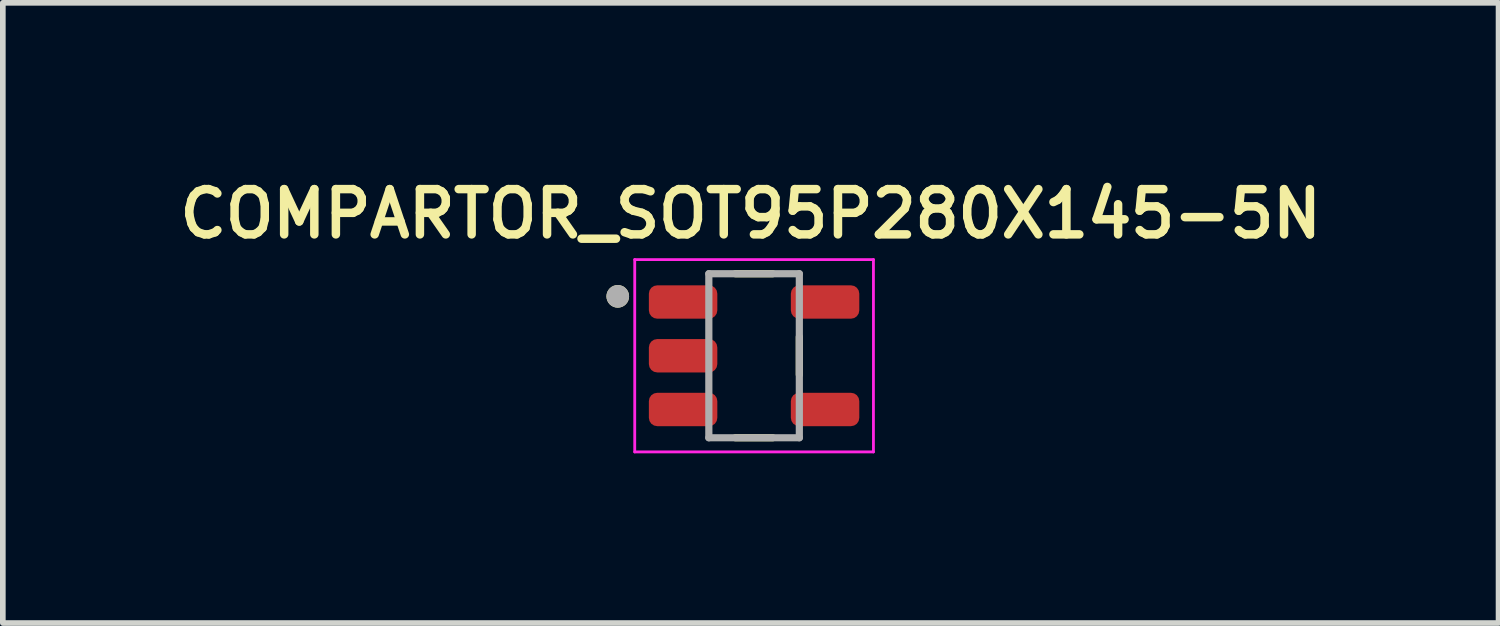
<source format=kicad_pcb>
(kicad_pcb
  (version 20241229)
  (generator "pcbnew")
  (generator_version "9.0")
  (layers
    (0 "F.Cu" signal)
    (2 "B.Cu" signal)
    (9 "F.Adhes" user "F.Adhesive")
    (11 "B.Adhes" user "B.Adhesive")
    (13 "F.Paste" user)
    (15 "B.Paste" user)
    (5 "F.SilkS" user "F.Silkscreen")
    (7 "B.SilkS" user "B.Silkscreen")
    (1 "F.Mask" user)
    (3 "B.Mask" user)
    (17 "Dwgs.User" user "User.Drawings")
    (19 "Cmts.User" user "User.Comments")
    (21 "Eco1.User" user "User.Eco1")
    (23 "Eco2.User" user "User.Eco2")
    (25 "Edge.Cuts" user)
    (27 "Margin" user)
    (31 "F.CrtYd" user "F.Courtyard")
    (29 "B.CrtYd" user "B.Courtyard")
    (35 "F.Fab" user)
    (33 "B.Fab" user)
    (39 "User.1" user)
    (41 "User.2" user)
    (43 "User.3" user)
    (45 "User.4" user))
  (footprint "COMPARTOR_SOT95P280X145-5N"
    (layer "F.Cu")
    (at 10.281 3.239)
    (property "Reference" "COMPARTOR_SOT95P280X145-5N" (at -0.06 -2.508 0) (layer "F.SilkS") (effects (font (size 0.8 0.8) (thickness 0.15))))
    (attr smd)
    (fp_line (start -0.33 -1.45) (end 0.33 -1.45) (stroke (width 0.127) (type solid)) (layer "F.SilkS"))
    (fp_line (start 0.33 1.45) (end -0.33 1.45) (stroke (width 0.127) (type solid)) (layer "F.SilkS"))
    (fp_line (start 0.8 -0.335) (end 0.8 0.335) (stroke (width 0.127) (type solid)) (layer "F.SilkS"))
    (fp_circle (center -2.41 -1.05) (end -2.31 -1.05) (stroke (width 0.2) (type solid)) (fill no) (layer "F.SilkS"))
    (fp_line (start -2.11 -1.7) (end 2.11 -1.7) (stroke (width 0.05) (type solid)) (layer "F.CrtYd"))
    (fp_line (start -2.11 1.7) (end -2.11 -1.7) (stroke (width 0.05) (type solid)) (layer "F.CrtYd"))
    (fp_line (start 2.11 -1.7) (end 2.11 1.7) (stroke (width 0.05) (type solid)) (layer "F.CrtYd"))
    (fp_line (start 2.11 1.7) (end -2.11 1.7) (stroke (width 0.05) (type solid)) (layer "F.CrtYd"))
    (fp_line (start -0.8 -1.45) (end 0.8 -1.45) (stroke (width 0.127) (type solid)) (layer "F.Fab"))
    (fp_line (start -0.8 1.45) (end -0.8 -1.45) (stroke (width 0.127) (type solid)) (layer "F.Fab"))
    (fp_line (start 0.8 -1.45) (end 0.8 1.45) (stroke (width 0.127) (type solid)) (layer "F.Fab"))
    (fp_line (start 0.8 1.45) (end -0.8 1.45) (stroke (width 0.127) (type solid)) (layer "F.Fab"))
    (fp_circle (center -2.41 -1.05) (end -2.31 -1.05) (stroke (width 0.2) (type solid)) (fill no) (layer "F.Fab"))
    (pad "1" smd roundrect (at -1.255 -0.95) (size 1.21 0.59) (layers "F.Cu" "F.Mask" "F.Paste") (roundrect_rratio 0.25))
    (pad "2" smd roundrect (at -1.255 0) (size 1.21 0.59) (layers "F.Cu" "F.Mask" "F.Paste") (roundrect_rratio 0.25))
    (pad "3" smd roundrect (at -1.255 0.95) (size 1.21 0.59) (layers "F.Cu" "F.Mask" "F.Paste") (roundrect_rratio 0.25))
    (pad "4" smd roundrect (at 1.255 0.95) (size 1.21 0.59) (layers "F.Cu" "F.Mask" "F.Paste") (roundrect_rratio 0.25))
    (pad "5" smd roundrect (at 1.255 -0.95) (size 1.21 0.59) (layers "F.Cu" "F.Mask" "F.Paste") (roundrect_rratio 0.25)))
  (gr_rect
    (start -3 -3)
    (end 23.442 7.964)
    (stroke (width 0.1) (type default))
    (fill no)
    (layer "Edge.Cuts")))
</source>
